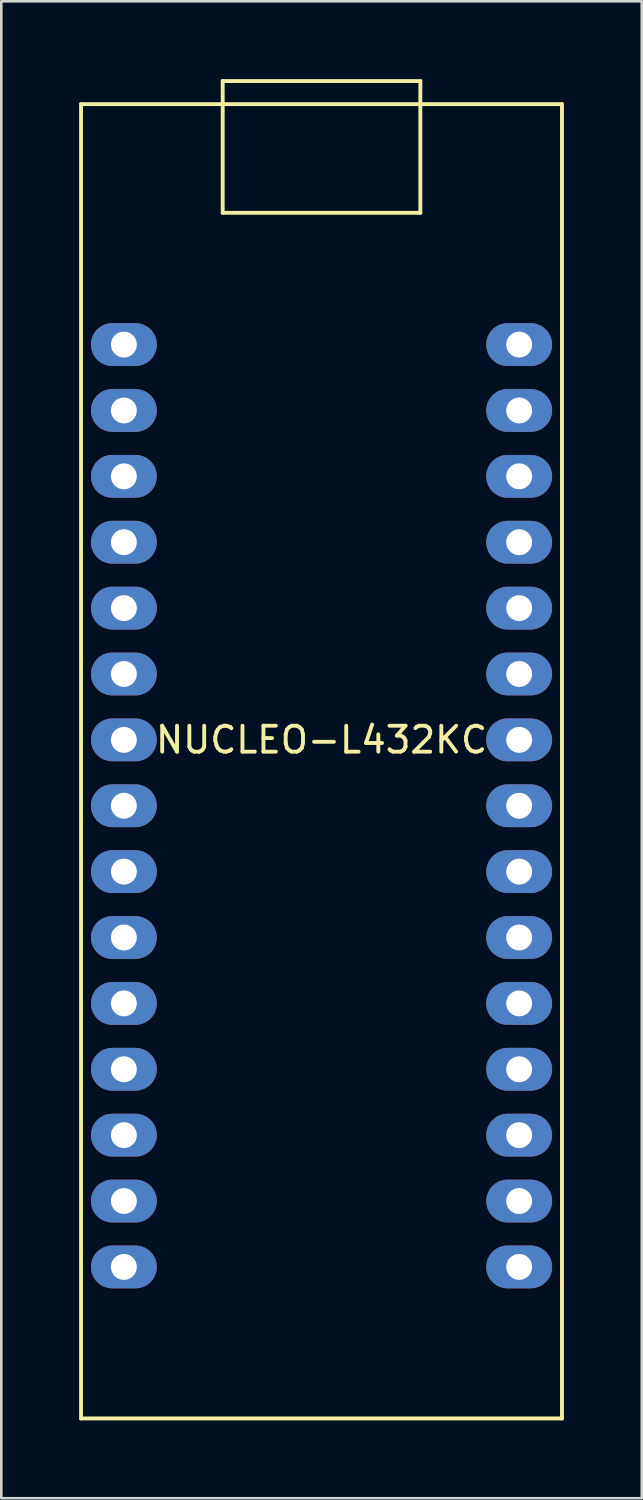
<source format=kicad_pcb>
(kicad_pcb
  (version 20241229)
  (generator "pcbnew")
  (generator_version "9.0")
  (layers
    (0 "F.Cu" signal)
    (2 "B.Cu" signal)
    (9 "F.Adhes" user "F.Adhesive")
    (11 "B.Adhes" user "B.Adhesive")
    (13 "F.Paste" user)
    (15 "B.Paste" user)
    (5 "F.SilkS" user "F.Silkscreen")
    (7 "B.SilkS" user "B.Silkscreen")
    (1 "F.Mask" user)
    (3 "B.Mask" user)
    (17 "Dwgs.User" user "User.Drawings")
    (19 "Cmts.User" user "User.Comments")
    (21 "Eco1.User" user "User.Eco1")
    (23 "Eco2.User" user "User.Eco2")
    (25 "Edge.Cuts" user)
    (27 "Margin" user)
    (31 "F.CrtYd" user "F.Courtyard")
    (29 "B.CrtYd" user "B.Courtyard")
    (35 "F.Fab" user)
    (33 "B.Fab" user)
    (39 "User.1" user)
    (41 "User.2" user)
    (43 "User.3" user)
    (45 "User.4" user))
  (footprint "NUCLEO-L432KC"
    (layer "F.Cu")
    (at 9.346 28.015)
    (property "Reference" "NUCLEO-L432KC" (at 0 -2.54 0) (layer "F.SilkS") (effects (font (size 1 1) (thickness 0.15))))
    (attr through_hole)
    (fp_line (start -9.271 -27.051) (end -9.271 23.622) (stroke (width 0.15) (type solid)) (layer "F.SilkS"))
    (fp_line (start -9.271 -27.051) (end 9.271 -27.051) (stroke (width 0.15) (type solid)) (layer "F.SilkS"))
    (fp_line (start -3.81 -27.94) (end 3.81 -27.94) (stroke (width 0.15) (type solid)) (layer "F.SilkS"))
    (fp_line (start -3.81 -22.86) (end -3.81 -27.94) (stroke (width 0.15) (type solid)) (layer "F.SilkS"))
    (fp_line (start 3.81 -27.94) (end 3.81 -22.86) (stroke (width 0.15) (type solid)) (layer "F.SilkS"))
    (fp_line (start 3.81 -22.86) (end -3.81 -22.86) (stroke (width 0.15) (type solid)) (layer "F.SilkS"))
    (fp_line (start 9.271 -27.051) (end 9.271 23.622) (stroke (width 0.15) (type solid)) (layer "F.SilkS"))
    (fp_line (start 9.271 23.622) (end -9.271 23.622) (stroke (width 0.15) (type solid)) (layer "F.SilkS"))
    (pad "1" thru_hole oval (at -7.62 -17.78) (size 2.54 1.65) (drill 1) (layers "*.Cu" "*.Mask"))
    (pad "2" thru_hole oval (at -7.62 -15.24) (size 2.54 1.65) (drill 1) (layers "*.Cu" "*.Mask"))
    (pad "3" thru_hole oval (at -7.62 -12.7) (size 2.54 1.65) (drill 1) (layers "*.Cu" "*.Mask"))
    (pad "4" thru_hole oval (at -7.62 -10.16) (size 2.54 1.65) (drill 1) (layers "*.Cu" "*.Mask"))
    (pad "5" thru_hole oval (at -7.62 -7.62) (size 2.54 1.65) (drill 1) (layers "*.Cu" "*.Mask"))
    (pad "6" thru_hole oval (at -7.62 -5.08) (size 2.54 1.65) (drill 1) (layers "*.Cu" "*.Mask"))
    (pad "7" thru_hole oval (at -7.62 -2.54) (size 2.54 1.65) (drill 1) (layers "*.Cu" "*.Mask"))
    (pad "8" thru_hole oval (at -7.62 0) (size 2.54 1.65) (drill 1) (layers "*.Cu" "*.Mask"))
    (pad "9" thru_hole oval (at -7.62 2.54) (size 2.54 1.65) (drill 1) (layers "*.Cu" "*.Mask"))
    (pad "10" thru_hole oval (at -7.62 5.08) (size 2.54 1.65) (drill 1) (layers "*.Cu" "*.Mask"))
    (pad "11" thru_hole oval (at -7.62 7.62) (size 2.54 1.65) (drill 1) (layers "*.Cu" "*.Mask"))
    (pad "12" thru_hole oval (at -7.62 10.16) (size 2.54 1.65) (drill 1) (layers "*.Cu" "*.Mask"))
    (pad "13" thru_hole oval (at -7.62 12.7) (size 2.54 1.65) (drill 1) (layers "*.Cu" "*.Mask"))
    (pad "14" thru_hole oval (at -7.62 15.24) (size 2.54 1.65) (drill 1) (layers "*.Cu" "*.Mask"))
    (pad "15" thru_hole oval (at -7.62 17.78) (size 2.54 1.65) (drill 1) (layers "*.Cu" "*.Mask"))
    (pad "16" thru_hole oval (at 7.62 -17.78) (size 2.54 1.65) (drill 1) (layers "*.Cu" "*.Mask"))
    (pad "17" thru_hole oval (at 7.62 -15.24) (size 2.54 1.65) (drill 1) (layers "*.Cu" "*.Mask"))
    (pad "18" thru_hole oval (at 7.62 -12.7) (size 2.54 1.65) (drill 1) (layers "*.Cu" "*.Mask"))
    (pad "19" thru_hole oval (at 7.62 -10.16) (size 2.54 1.65) (drill 1) (layers "*.Cu" "*.Mask"))
    (pad "20" thru_hole oval (at 7.62 -7.62) (size 2.54 1.65) (drill 1) (layers "*.Cu" "*.Mask"))
    (pad "21" thru_hole oval (at 7.62 -5.08) (size 2.54 1.65) (drill 1) (layers "*.Cu" "*.Mask"))
    (pad "22" thru_hole oval (at 7.62 -2.54) (size 2.54 1.65) (drill 1) (layers "*.Cu" "*.Mask"))
    (pad "23" thru_hole oval (at 7.62 0) (size 2.54 1.65) (drill 1) (layers "*.Cu" "*.Mask"))
    (pad "24" thru_hole oval (at 7.62 2.54) (size 2.54 1.65) (drill 1) (layers "*.Cu" "*.Mask"))
    (pad "25" thru_hole oval (at 7.62 5.08) (size 2.54 1.65) (drill 1) (layers "*.Cu" "*.Mask"))
    (pad "26" thru_hole oval (at 7.62 7.62) (size 2.54 1.65) (drill 1) (layers "*.Cu" "*.Mask"))
    (pad "27" thru_hole oval (at 7.62 10.16) (size 2.54 1.65) (drill 1) (layers "*.Cu" "*.Mask"))
    (pad "28" thru_hole oval (at 7.62 12.7) (size 2.54 1.65) (drill 1) (layers "*.Cu" "*.Mask"))
    (pad "29" thru_hole oval (at 7.62 15.24) (size 2.54 1.65) (drill 1) (layers "*.Cu" "*.Mask"))
    (pad "30" thru_hole oval (at 7.62 17.78) (size 2.54 1.65) (drill 1) (layers "*.Cu" "*.Mask")))
  (gr_rect
    (start -3 -3)
    (end 21.692 54.712)
    (stroke (width 0.1) (type default))
    (fill no)
    (layer "Edge.Cuts")))
</source>
